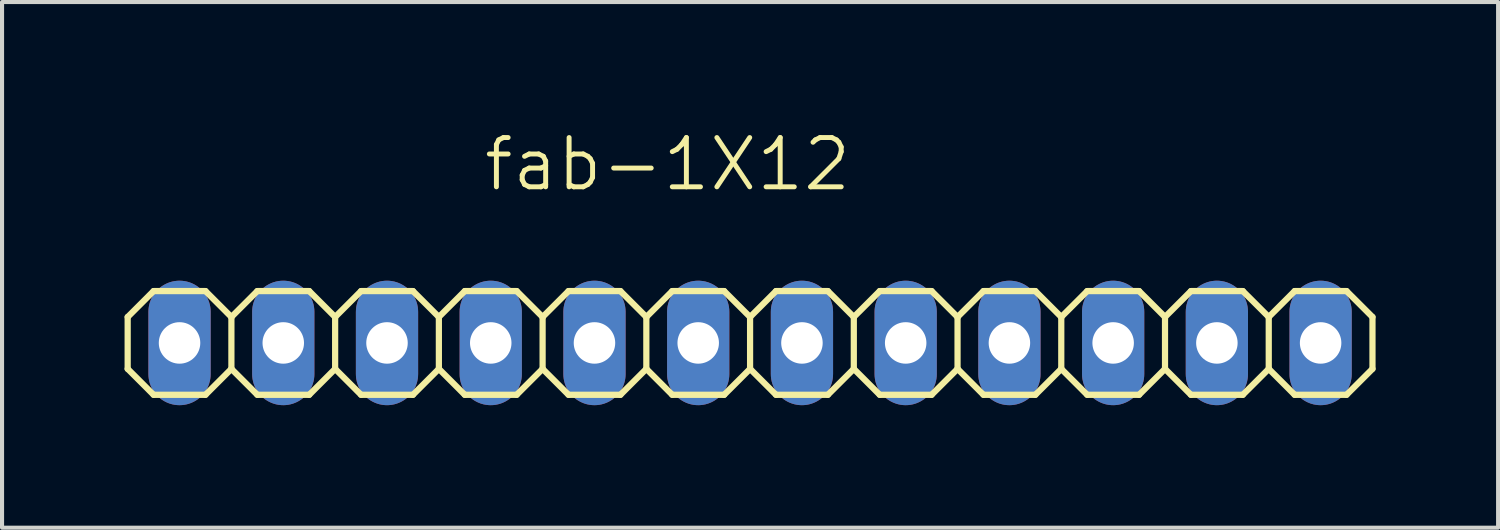
<source format=kicad_pcb>
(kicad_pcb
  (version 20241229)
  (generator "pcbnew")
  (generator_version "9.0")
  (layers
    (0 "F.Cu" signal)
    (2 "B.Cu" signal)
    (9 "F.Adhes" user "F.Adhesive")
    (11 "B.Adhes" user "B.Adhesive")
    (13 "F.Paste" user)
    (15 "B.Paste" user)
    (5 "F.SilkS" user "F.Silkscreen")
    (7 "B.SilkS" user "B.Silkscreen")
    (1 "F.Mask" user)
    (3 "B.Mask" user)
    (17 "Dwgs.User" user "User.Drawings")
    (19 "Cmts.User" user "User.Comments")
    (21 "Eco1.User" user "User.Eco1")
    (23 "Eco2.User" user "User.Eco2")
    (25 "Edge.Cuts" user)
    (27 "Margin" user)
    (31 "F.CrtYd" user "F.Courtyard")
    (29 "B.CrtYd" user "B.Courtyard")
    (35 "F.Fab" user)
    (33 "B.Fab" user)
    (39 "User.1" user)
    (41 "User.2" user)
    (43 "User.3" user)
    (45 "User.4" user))
  (footprint "fab-1X12"
    (layer "F.Cu")
    (at 15.316 5.347)
    (property "Reference" "fab-1X12" (at 2.54 -5.08 180) (layer "F.SilkS") (effects (font (size 1.206 1.206) (thickness 0.121)) (justify right top)))
    (attr through_hole)
    (fp_line (start -15.24 -0.635) (end -15.24 0.635) (stroke (width 0.152) (type solid)) (layer "F.SilkS"))
    (fp_line (start -15.24 0.635) (end -14.605 1.27) (stroke (width 0.152) (type solid)) (layer "F.SilkS"))
    (fp_line (start -14.605 -1.27) (end -15.24 -0.635) (stroke (width 0.152) (type solid)) (layer "F.SilkS"))
    (fp_line (start -14.605 -1.27) (end -13.335 -1.27) (stroke (width 0.152) (type solid)) (layer "F.SilkS"))
    (fp_line (start -13.335 -1.27) (end -12.7 -0.635) (stroke (width 0.152) (type solid)) (layer "F.SilkS"))
    (fp_line (start -13.335 1.27) (end -14.605 1.27) (stroke (width 0.152) (type solid)) (layer "F.SilkS"))
    (fp_line (start -12.7 -0.635) (end -12.7 0.635) (stroke (width 0.152) (type solid)) (layer "F.SilkS"))
    (fp_line (start -12.7 -0.635) (end -12.065 -1.27) (stroke (width 0.152) (type solid)) (layer "F.SilkS"))
    (fp_line (start -12.7 0.635) (end -13.335 1.27) (stroke (width 0.152) (type solid)) (layer "F.SilkS"))
    (fp_line (start -12.065 -1.27) (end -10.795 -1.27) (stroke (width 0.152) (type solid)) (layer "F.SilkS"))
    (fp_line (start -12.065 1.27) (end -12.7 0.635) (stroke (width 0.152) (type solid)) (layer "F.SilkS"))
    (fp_line (start -10.795 -1.27) (end -10.16 -0.635) (stroke (width 0.152) (type solid)) (layer "F.SilkS"))
    (fp_line (start -10.795 1.27) (end -12.065 1.27) (stroke (width 0.152) (type solid)) (layer "F.SilkS"))
    (fp_line (start -10.16 -0.635) (end -10.16 0.635) (stroke (width 0.152) (type solid)) (layer "F.SilkS"))
    (fp_line (start -10.16 -0.635) (end -9.525 -1.27) (stroke (width 0.152) (type solid)) (layer "F.SilkS"))
    (fp_line (start -10.16 0.635) (end -10.795 1.27) (stroke (width 0.152) (type solid)) (layer "F.SilkS"))
    (fp_line (start -9.525 -1.27) (end -8.255 -1.27) (stroke (width 0.152) (type solid)) (layer "F.SilkS"))
    (fp_line (start -9.525 1.27) (end -10.16 0.635) (stroke (width 0.152) (type solid)) (layer "F.SilkS"))
    (fp_line (start -8.255 -1.27) (end -7.62 -0.635) (stroke (width 0.152) (type solid)) (layer "F.SilkS"))
    (fp_line (start -8.255 1.27) (end -9.525 1.27) (stroke (width 0.152) (type solid)) (layer "F.SilkS"))
    (fp_line (start -7.62 -0.635) (end -7.62 0.635) (stroke (width 0.152) (type solid)) (layer "F.SilkS"))
    (fp_line (start -7.62 0.635) (end -8.255 1.27) (stroke (width 0.152) (type solid)) (layer "F.SilkS"))
    (fp_line (start -7.62 0.635) (end -6.985 1.27) (stroke (width 0.152) (type solid)) (layer "F.SilkS"))
    (fp_line (start -6.985 -1.27) (end -7.62 -0.635) (stroke (width 0.152) (type solid)) (layer "F.SilkS"))
    (fp_line (start -6.985 -1.27) (end -5.715 -1.27) (stroke (width 0.152) (type solid)) (layer "F.SilkS"))
    (fp_line (start -5.715 -1.27) (end -5.08 -0.635) (stroke (width 0.152) (type solid)) (layer "F.SilkS"))
    (fp_line (start -5.715 1.27) (end -6.985 1.27) (stroke (width 0.152) (type solid)) (layer "F.SilkS"))
    (fp_line (start -5.08 -0.635) (end -5.08 0.635) (stroke (width 0.152) (type solid)) (layer "F.SilkS"))
    (fp_line (start -5.08 -0.635) (end -4.445 -1.27) (stroke (width 0.152) (type solid)) (layer "F.SilkS"))
    (fp_line (start -5.08 0.635) (end -5.715 1.27) (stroke (width 0.152) (type solid)) (layer "F.SilkS"))
    (fp_line (start -4.445 -1.27) (end -3.175 -1.27) (stroke (width 0.152) (type solid)) (layer "F.SilkS"))
    (fp_line (start -4.445 1.27) (end -5.08 0.635) (stroke (width 0.152) (type solid)) (layer "F.SilkS"))
    (fp_line (start -3.175 -1.27) (end -2.54 -0.635) (stroke (width 0.152) (type solid)) (layer "F.SilkS"))
    (fp_line (start -3.175 1.27) (end -4.445 1.27) (stroke (width 0.152) (type solid)) (layer "F.SilkS"))
    (fp_line (start -2.54 -0.635) (end -2.54 0.635) (stroke (width 0.152) (type solid)) (layer "F.SilkS"))
    (fp_line (start -2.54 -0.635) (end -1.905 -1.27) (stroke (width 0.152) (type solid)) (layer "F.SilkS"))
    (fp_line (start -2.54 0.635) (end -3.175 1.27) (stroke (width 0.152) (type solid)) (layer "F.SilkS"))
    (fp_line (start -1.905 -1.27) (end -0.635 -1.27) (stroke (width 0.152) (type solid)) (layer "F.SilkS"))
    (fp_line (start -1.905 1.27) (end -2.54 0.635) (stroke (width 0.152) (type solid)) (layer "F.SilkS"))
    (fp_line (start -0.635 -1.27) (end 0 -0.635) (stroke (width 0.152) (type solid)) (layer "F.SilkS"))
    (fp_line (start -0.635 1.27) (end -1.905 1.27) (stroke (width 0.152) (type solid)) (layer "F.SilkS"))
    (fp_line (start 0 -0.635) (end 0 0.635) (stroke (width 0.152) (type solid)) (layer "F.SilkS"))
    (fp_line (start 0 0.635) (end -0.635 1.27) (stroke (width 0.152) (type solid)) (layer "F.SilkS"))
    (fp_line (start 0 0.635) (end 0.635 1.27) (stroke (width 0.152) (type solid)) (layer "F.SilkS"))
    (fp_line (start 0.635 -1.27) (end 0 -0.635) (stroke (width 0.152) (type solid)) (layer "F.SilkS"))
    (fp_line (start 0.635 -1.27) (end 1.905 -1.27) (stroke (width 0.152) (type solid)) (layer "F.SilkS"))
    (fp_line (start 1.905 -1.27) (end 2.54 -0.635) (stroke (width 0.152) (type solid)) (layer "F.SilkS"))
    (fp_line (start 1.905 1.27) (end 0.635 1.27) (stroke (width 0.152) (type solid)) (layer "F.SilkS"))
    (fp_line (start 2.54 -0.635) (end 2.54 0.635) (stroke (width 0.152) (type solid)) (layer "F.SilkS"))
    (fp_line (start 2.54 -0.635) (end 3.175 -1.27) (stroke (width 0.152) (type solid)) (layer "F.SilkS"))
    (fp_line (start 2.54 0.635) (end 1.905 1.27) (stroke (width 0.152) (type solid)) (layer "F.SilkS"))
    (fp_line (start 3.175 -1.27) (end 4.445 -1.27) (stroke (width 0.152) (type solid)) (layer "F.SilkS"))
    (fp_line (start 3.175 1.27) (end 2.54 0.635) (stroke (width 0.152) (type solid)) (layer "F.SilkS"))
    (fp_line (start 4.445 -1.27) (end 5.08 -0.635) (stroke (width 0.152) (type solid)) (layer "F.SilkS"))
    (fp_line (start 4.445 1.27) (end 3.175 1.27) (stroke (width 0.152) (type solid)) (layer "F.SilkS"))
    (fp_line (start 5.08 -0.635) (end 5.08 0.635) (stroke (width 0.152) (type solid)) (layer "F.SilkS"))
    (fp_line (start 5.08 -0.635) (end 5.715 -1.27) (stroke (width 0.152) (type solid)) (layer "F.SilkS"))
    (fp_line (start 5.08 0.635) (end 4.445 1.27) (stroke (width 0.152) (type solid)) (layer "F.SilkS"))
    (fp_line (start 5.715 -1.27) (end 6.985 -1.27) (stroke (width 0.152) (type solid)) (layer "F.SilkS"))
    (fp_line (start 5.715 1.27) (end 5.08 0.635) (stroke (width 0.152) (type solid)) (layer "F.SilkS"))
    (fp_line (start 6.985 -1.27) (end 7.62 -0.635) (stroke (width 0.152) (type solid)) (layer "F.SilkS"))
    (fp_line (start 6.985 1.27) (end 5.715 1.27) (stroke (width 0.152) (type solid)) (layer "F.SilkS"))
    (fp_line (start 7.62 -0.635) (end 7.62 0.635) (stroke (width 0.152) (type solid)) (layer "F.SilkS"))
    (fp_line (start 7.62 0.635) (end 6.985 1.27) (stroke (width 0.152) (type solid)) (layer "F.SilkS"))
    (fp_line (start 7.62 0.635) (end 8.255 1.27) (stroke (width 0.152) (type solid)) (layer "F.SilkS"))
    (fp_line (start 8.255 -1.27) (end 7.62 -0.635) (stroke (width 0.152) (type solid)) (layer "F.SilkS"))
    (fp_line (start 8.255 -1.27) (end 9.525 -1.27) (stroke (width 0.152) (type solid)) (layer "F.SilkS"))
    (fp_line (start 9.525 -1.27) (end 10.16 -0.635) (stroke (width 0.152) (type solid)) (layer "F.SilkS"))
    (fp_line (start 9.525 1.27) (end 8.255 1.27) (stroke (width 0.152) (type solid)) (layer "F.SilkS"))
    (fp_line (start 10.16 -0.635) (end 10.16 0.635) (stroke (width 0.152) (type solid)) (layer "F.SilkS"))
    (fp_line (start 10.16 -0.635) (end 10.795 -1.27) (stroke (width 0.152) (type solid)) (layer "F.SilkS"))
    (fp_line (start 10.16 0.635) (end 9.525 1.27) (stroke (width 0.152) (type solid)) (layer "F.SilkS"))
    (fp_line (start 10.795 -1.27) (end 12.065 -1.27) (stroke (width 0.152) (type solid)) (layer "F.SilkS"))
    (fp_line (start 10.795 1.27) (end 10.16 0.635) (stroke (width 0.152) (type solid)) (layer "F.SilkS"))
    (fp_line (start 12.065 -1.27) (end 12.7 -0.635) (stroke (width 0.152) (type solid)) (layer "F.SilkS"))
    (fp_line (start 12.065 1.27) (end 10.795 1.27) (stroke (width 0.152) (type solid)) (layer "F.SilkS"))
    (fp_line (start 12.7 -0.635) (end 12.7 0.635) (stroke (width 0.152) (type solid)) (layer "F.SilkS"))
    (fp_line (start 12.7 -0.635) (end 13.335 -1.27) (stroke (width 0.152) (type solid)) (layer "F.SilkS"))
    (fp_line (start 12.7 0.635) (end 12.065 1.27) (stroke (width 0.152) (type solid)) (layer "F.SilkS"))
    (fp_line (start 13.335 -1.27) (end 14.605 -1.27) (stroke (width 0.152) (type solid)) (layer "F.SilkS"))
    (fp_line (start 13.335 1.27) (end 12.7 0.635) (stroke (width 0.152) (type solid)) (layer "F.SilkS"))
    (fp_line (start 14.605 -1.27) (end 15.24 -0.635) (stroke (width 0.152) (type solid)) (layer "F.SilkS"))
    (fp_line (start 14.605 1.27) (end 13.335 1.27) (stroke (width 0.152) (type solid)) (layer "F.SilkS"))
    (fp_line (start 15.24 -0.635) (end 15.24 0.635) (stroke (width 0.152) (type solid)) (layer "F.SilkS"))
    (fp_line (start 15.24 0.635) (end 14.605 1.27) (stroke (width 0.152) (type solid)) (layer "F.SilkS"))
    (fp_poly (pts (xy -14.224 0.254) (xy -13.716 0.254) (xy -13.716 -0.254) (xy -14.224 -0.254)) (stroke (width 0.1) (type solid)) (fill no) (layer "F.Fab"))
    (fp_poly (pts (xy -11.684 0.254) (xy -11.176 0.254) (xy -11.176 -0.254) (xy -11.684 -0.254)) (stroke (width 0.1) (type solid)) (fill no) (layer "F.Fab"))
    (fp_poly (pts (xy -9.144 0.254) (xy -8.636 0.254) (xy -8.636 -0.254) (xy -9.144 -0.254)) (stroke (width 0.1) (type solid)) (fill no) (layer "F.Fab"))
    (fp_poly (pts (xy -6.604 0.254) (xy -6.096 0.254) (xy -6.096 -0.254) (xy -6.604 -0.254)) (stroke (width 0.1) (type solid)) (fill no) (layer "F.Fab"))
    (fp_poly (pts (xy -4.064 0.254) (xy -3.556 0.254) (xy -3.556 -0.254) (xy -4.064 -0.254)) (stroke (width 0.1) (type solid)) (fill no) (layer "F.Fab"))
    (fp_poly (pts (xy -1.524 0.254) (xy -1.016 0.254) (xy -1.016 -0.254) (xy -1.524 -0.254)) (stroke (width 0.1) (type solid)) (fill no) (layer "F.Fab"))
    (fp_poly (pts (xy 1.016 0.254) (xy 1.524 0.254) (xy 1.524 -0.254) (xy 1.016 -0.254)) (stroke (width 0.1) (type solid)) (fill no) (layer "F.Fab"))
    (fp_poly (pts (xy 3.556 0.254) (xy 4.064 0.254) (xy 4.064 -0.254) (xy 3.556 -0.254)) (stroke (width 0.1) (type solid)) (fill no) (layer "F.Fab"))
    (fp_poly (pts (xy 6.096 0.254) (xy 6.604 0.254) (xy 6.604 -0.254) (xy 6.096 -0.254)) (stroke (width 0.1) (type solid)) (fill no) (layer "F.Fab"))
    (fp_poly (pts (xy 8.636 0.254) (xy 9.144 0.254) (xy 9.144 -0.254) (xy 8.636 -0.254)) (stroke (width 0.1) (type solid)) (fill no) (layer "F.Fab"))
    (fp_poly (pts (xy 11.176 0.254) (xy 11.684 0.254) (xy 11.684 -0.254) (xy 11.176 -0.254)) (stroke (width 0.1) (type solid)) (fill no) (layer "F.Fab"))
    (fp_poly (pts (xy 13.716 0.254) (xy 14.224 0.254) (xy 14.224 -0.254) (xy 13.716 -0.254)) (stroke (width 0.1) (type solid)) (fill no) (layer "F.Fab"))
    (pad "1" thru_hole oval (at -13.97 0 90) (size 3.048 1.524) (drill 1.016) (layers "*.Cu" "*.Mask"))
    (pad "2" thru_hole oval (at -11.43 0 90) (size 3.048 1.524) (drill 1.016) (layers "*.Cu" "*.Mask"))
    (pad "3" thru_hole oval (at -8.89 0 90) (size 3.048 1.524) (drill 1.016) (layers "*.Cu" "*.Mask"))
    (pad "4" thru_hole oval (at -6.35 0 90) (size 3.048 1.524) (drill 1.016) (layers "*.Cu" "*.Mask"))
    (pad "5" thru_hole oval (at -3.81 0 90) (size 3.048 1.524) (drill 1.016) (layers "*.Cu" "*.Mask"))
    (pad "6" thru_hole oval (at -1.27 0 90) (size 3.048 1.524) (drill 1.016) (layers "*.Cu" "*.Mask"))
    (pad "7" thru_hole oval (at 1.27 0 90) (size 3.048 1.524) (drill 1.016) (layers "*.Cu" "*.Mask"))
    (pad "8" thru_hole oval (at 3.81 0 90) (size 3.048 1.524) (drill 1.016) (layers "*.Cu" "*.Mask"))
    (pad "9" thru_hole oval (at 6.35 0 90) (size 3.048 1.524) (drill 1.016) (layers "*.Cu" "*.Mask"))
    (pad "10" thru_hole oval (at 8.89 0 90) (size 3.048 1.524) (drill 1.016) (layers "*.Cu" "*.Mask"))
    (pad "11" thru_hole oval (at 11.43 0 90) (size 3.048 1.524) (drill 1.016) (layers "*.Cu" "*.Mask"))
    (pad "12" thru_hole oval (at 13.97 0 90) (size 3.048 1.524) (drill 1.016) (layers "*.Cu" "*.Mask")))
  (gr_rect
    (start -3 -3)
    (end 33.632 9.871)
    (stroke (width 0.1) (type default))
    (fill no)
    (layer "Edge.Cuts")))
</source>
